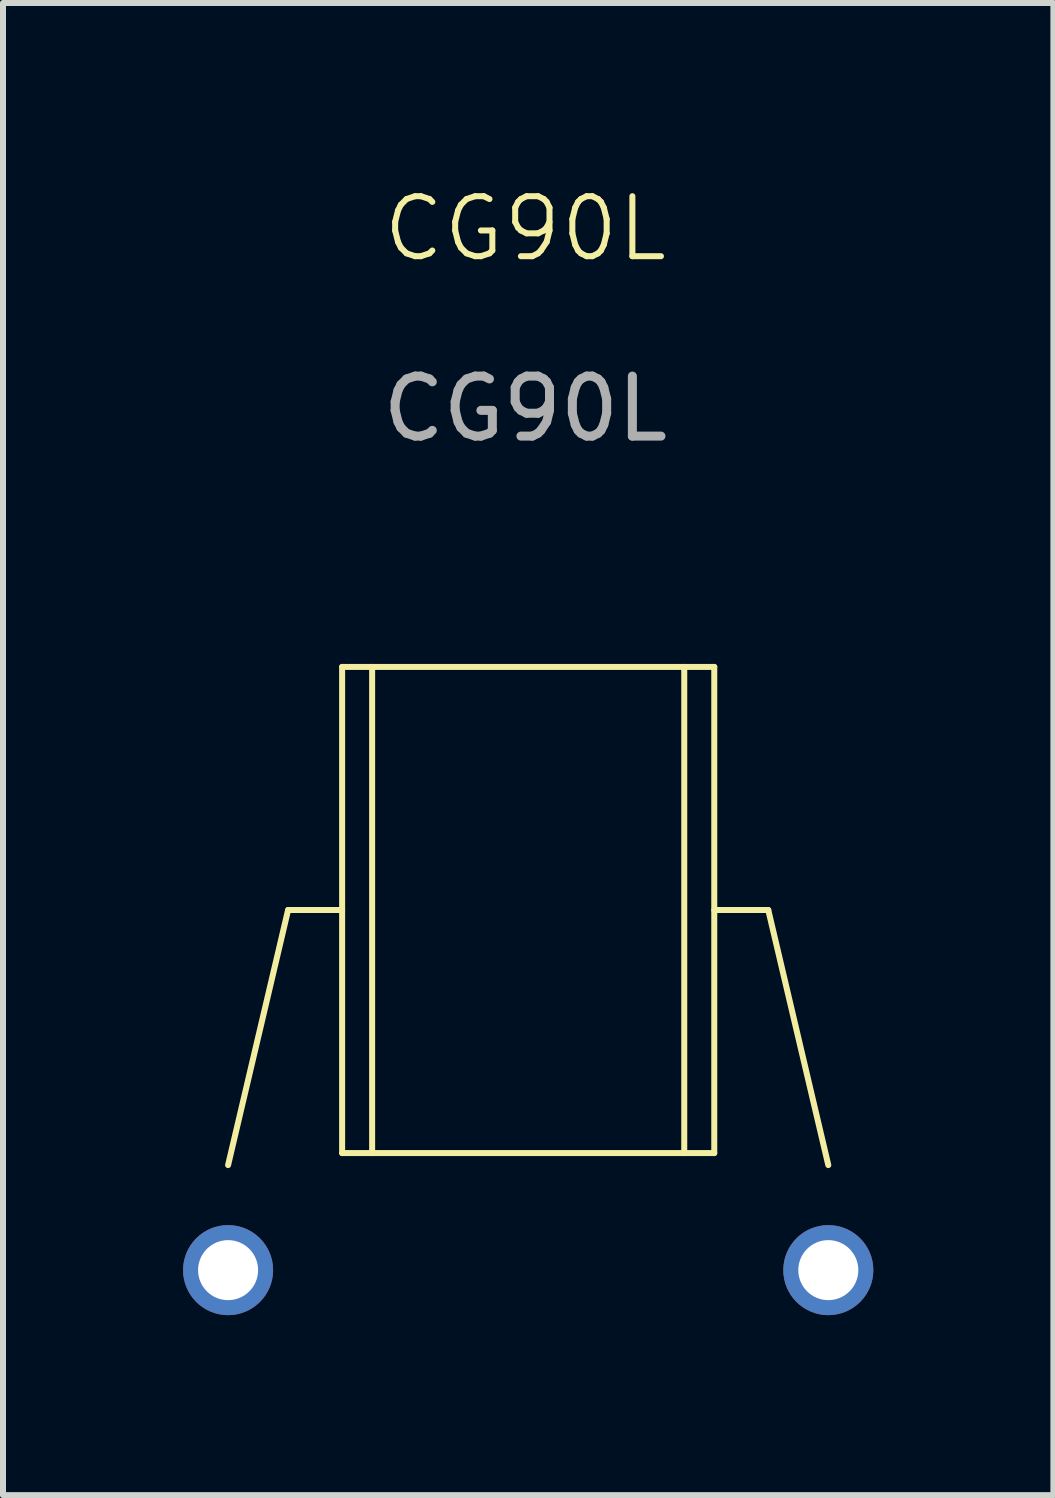
<source format=kicad_pcb>
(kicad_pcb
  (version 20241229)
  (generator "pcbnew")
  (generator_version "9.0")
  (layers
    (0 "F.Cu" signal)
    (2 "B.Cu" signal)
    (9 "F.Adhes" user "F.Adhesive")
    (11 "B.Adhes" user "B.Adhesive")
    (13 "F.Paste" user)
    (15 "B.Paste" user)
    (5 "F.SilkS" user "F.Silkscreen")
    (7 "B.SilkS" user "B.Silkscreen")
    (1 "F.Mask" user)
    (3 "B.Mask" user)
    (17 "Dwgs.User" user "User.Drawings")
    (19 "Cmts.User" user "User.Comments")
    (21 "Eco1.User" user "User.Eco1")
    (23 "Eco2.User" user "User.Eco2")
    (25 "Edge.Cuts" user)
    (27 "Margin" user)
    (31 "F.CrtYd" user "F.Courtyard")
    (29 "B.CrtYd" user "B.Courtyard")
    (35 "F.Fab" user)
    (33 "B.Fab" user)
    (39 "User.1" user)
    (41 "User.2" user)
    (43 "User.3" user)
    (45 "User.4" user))
  (footprint "CG90L"
    (layer "F.Cu")
    (at 5.75 12.111)
    (property "Reference" "CG90L" (at -0.05 -11.35 0) (unlocked yes) (layer "F.SilkS") (effects (font (size 1 1) (thickness 0.1))))
    (attr through_hole)
    (fp_line (start -4 0) (end -5 4.25) (stroke (width 0.1) (type default)) (layer "F.SilkS"))
    (fp_line (start -3.1 -4.05) (end 3.1 -4.05) (stroke (width 0.1) (type default)) (layer "F.SilkS"))
    (fp_line (start -3.1 0) (end -4 0) (stroke (width 0.1) (type default)) (layer "F.SilkS"))
    (fp_line (start -3.1 4.05) (end -3.1 -4.05) (stroke (width 0.1) (type default)) (layer "F.SilkS"))
    (fp_line (start -2.6 -4.05) (end -2.6 4.05) (stroke (width 0.1) (type default)) (layer "F.SilkS"))
    (fp_line (start 2.6 -4.05) (end 2.6 4.05) (stroke (width 0.1) (type default)) (layer "F.SilkS"))
    (fp_line (start 3.1 -4.05) (end 3.1 4.05) (stroke (width 0.1) (type default)) (layer "F.SilkS"))
    (fp_line (start 3.1 0) (end 4 0) (stroke (width 0.1) (type default)) (layer "F.SilkS"))
    (fp_line (start 3.1 4.05) (end -3.1 4.05) (stroke (width 0.1) (type default)) (layer "F.SilkS"))
    (fp_line (start 4 0) (end 5 4.25) (stroke (width 0.1) (type default)) (layer "F.SilkS"))
    (fp_text user "${REFERENCE}" (at -0.05 -8.35 0) (unlocked yes) (layer "F.Fab") (effects (font (size 1 1) (thickness 0.15))))
    (pad "1" thru_hole circle (at -5 6) (size 1.5 1.5) (drill 1) (layers "*.Cu" "*.Mask"))
    (pad "3" thru_hole circle (at 5 6) (size 1.5 1.5) (drill 1) (layers "*.Cu" "*.Mask")))
  (gr_rect
    (start -3 -3)
    (end 14.5 21.86)
    (stroke (width 0.1) (type default))
    (fill no)
    (layer "Edge.Cuts")))
</source>
